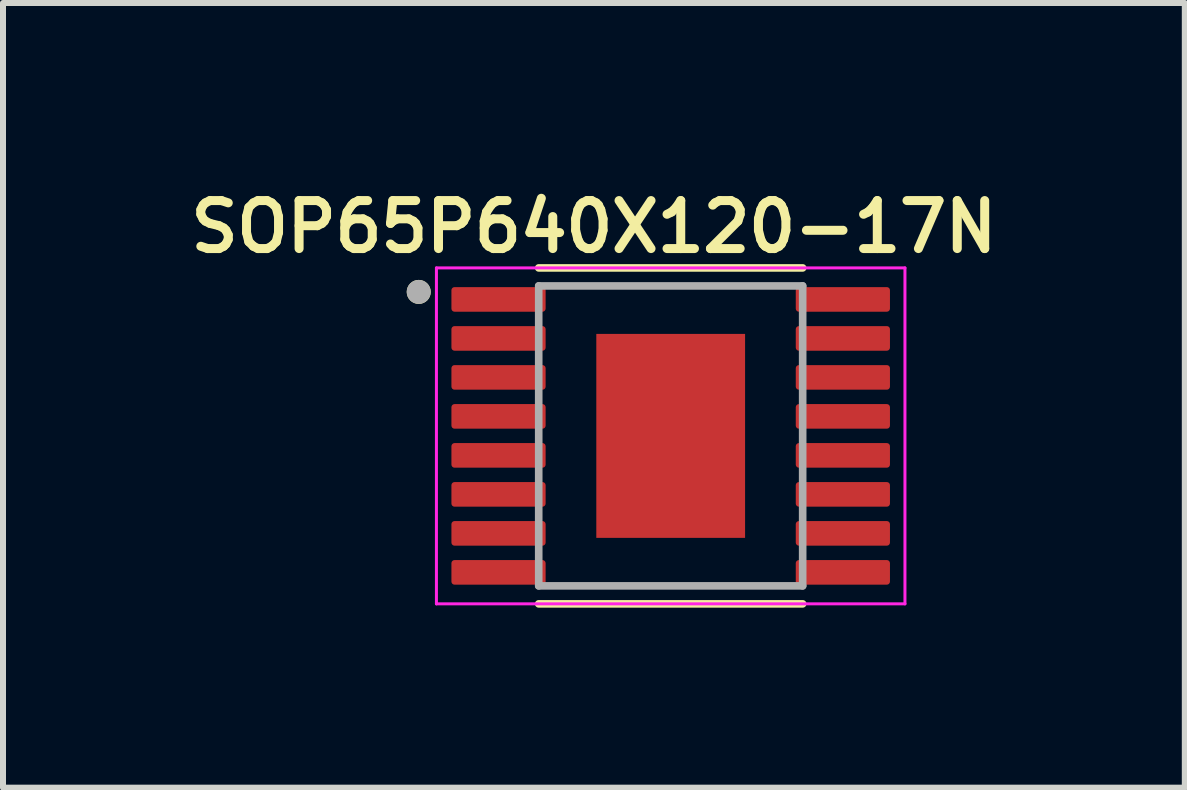
<source format=kicad_pcb>
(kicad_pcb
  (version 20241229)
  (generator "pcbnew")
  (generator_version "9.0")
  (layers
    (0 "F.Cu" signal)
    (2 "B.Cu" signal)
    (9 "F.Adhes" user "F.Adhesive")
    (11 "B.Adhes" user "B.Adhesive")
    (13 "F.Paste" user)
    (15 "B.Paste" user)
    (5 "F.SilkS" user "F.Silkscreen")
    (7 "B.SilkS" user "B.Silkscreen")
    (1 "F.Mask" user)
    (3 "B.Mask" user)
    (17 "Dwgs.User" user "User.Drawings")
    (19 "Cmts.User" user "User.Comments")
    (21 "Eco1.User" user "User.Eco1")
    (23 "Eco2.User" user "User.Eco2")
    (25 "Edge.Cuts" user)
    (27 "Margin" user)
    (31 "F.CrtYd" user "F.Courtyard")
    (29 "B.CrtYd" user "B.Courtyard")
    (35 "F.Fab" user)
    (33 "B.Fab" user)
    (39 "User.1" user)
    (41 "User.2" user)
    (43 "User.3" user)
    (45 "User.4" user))
  (footprint "SOP65P640X120-17N"
    (layer "F.Cu")
    (at 8.13 4.216)
    (property "Reference" "SOP65P640X120-17N" (at -1.28 -3.485 0) (layer "F.SilkS") (effects (font (size 0.8 0.8) (thickness 0.15))))
    (attr smd)
    (fp_line (start -2.2 -2.8) (end 2.2 -2.8) (stroke (width 0.127) (type solid)) (layer "F.SilkS"))
    (fp_line (start -2.2 2.8) (end 2.2 2.8) (stroke (width 0.127) (type solid)) (layer "F.SilkS"))
    (fp_circle (center -4.2 -2.4) (end -4.1 -2.4) (stroke (width 0.2) (type solid)) (fill no) (layer "F.SilkS"))
    (fp_poly (pts (xy -0.8 -1.075) (xy 0.8 -1.075) (xy 0.8 1.075) (xy -0.8 1.075)) (stroke (width 0.01) (type solid)) (fill yes) (layer "F.Paste"))
    (fp_line (start -3.905 -2.8) (end -3.905 2.8) (stroke (width 0.05) (type solid)) (layer "F.CrtYd"))
    (fp_line (start -3.905 -2.8) (end 3.905 -2.8) (stroke (width 0.05) (type solid)) (layer "F.CrtYd"))
    (fp_line (start -3.905 2.8) (end 3.905 2.8) (stroke (width 0.05) (type solid)) (layer "F.CrtYd"))
    (fp_line (start 3.905 -2.8) (end 3.905 2.8) (stroke (width 0.05) (type solid)) (layer "F.CrtYd"))
    (fp_line (start -2.2 -2.5) (end -2.2 2.5) (stroke (width 0.127) (type solid)) (layer "F.Fab"))
    (fp_line (start -2.2 -2.5) (end 2.2 -2.5) (stroke (width 0.127) (type solid)) (layer "F.Fab"))
    (fp_line (start -2.2 2.5) (end 2.2 2.5) (stroke (width 0.127) (type solid)) (layer "F.Fab"))
    (fp_line (start 2.2 -2.5) (end 2.2 2.5) (stroke (width 0.127) (type solid)) (layer "F.Fab"))
    (fp_circle (center -4.2 -2.4) (end -4.1 -2.4) (stroke (width 0.2) (type solid)) (fill no) (layer "F.Fab"))
    (pad "1" smd roundrect (at -2.87 -2.275) (size 1.57 0.41) (layers "F.Cu" "F.Mask" "F.Paste") (roundrect_rratio 0.125))
    (pad "2" smd roundrect (at -2.87 -1.625) (size 1.57 0.41) (layers "F.Cu" "F.Mask" "F.Paste") (roundrect_rratio 0.125))
    (pad "3" smd roundrect (at -2.87 -0.975) (size 1.57 0.41) (layers "F.Cu" "F.Mask" "F.Paste") (roundrect_rratio 0.125))
    (pad "4" smd roundrect (at -2.87 -0.325) (size 1.57 0.41) (layers "F.Cu" "F.Mask" "F.Paste") (roundrect_rratio 0.125))
    (pad "5" smd roundrect (at -2.87 0.325) (size 1.57 0.41) (layers "F.Cu" "F.Mask" "F.Paste") (roundrect_rratio 0.125))
    (pad "6" smd roundrect (at -2.87 0.975) (size 1.57 0.41) (layers "F.Cu" "F.Mask" "F.Paste") (roundrect_rratio 0.125))
    (pad "7" smd roundrect (at -2.87 1.625) (size 1.57 0.41) (layers "F.Cu" "F.Mask" "F.Paste") (roundrect_rratio 0.125))
    (pad "8" smd roundrect (at -2.87 2.275) (size 1.57 0.41) (layers "F.Cu" "F.Mask" "F.Paste") (roundrect_rratio 0.125))
    (pad "9" smd roundrect (at 2.87 2.275) (size 1.57 0.41) (layers "F.Cu" "F.Mask" "F.Paste") (roundrect_rratio 0.125))
    (pad "10" smd roundrect (at 2.87 1.625) (size 1.57 0.41) (layers "F.Cu" "F.Mask" "F.Paste") (roundrect_rratio 0.125))
    (pad "11" smd roundrect (at 2.87 0.975) (size 1.57 0.41) (layers "F.Cu" "F.Mask" "F.Paste") (roundrect_rratio 0.125))
    (pad "12" smd roundrect (at 2.87 0.325) (size 1.57 0.41) (layers "F.Cu" "F.Mask" "F.Paste") (roundrect_rratio 0.125))
    (pad "13" smd roundrect (at 2.87 -0.325) (size 1.57 0.41) (layers "F.Cu" "F.Mask" "F.Paste") (roundrect_rratio 0.125))
    (pad "14" smd roundrect (at 2.87 -0.975) (size 1.57 0.41) (layers "F.Cu" "F.Mask" "F.Paste") (roundrect_rratio 0.125))
    (pad "15" smd roundrect (at 2.87 -1.625) (size 1.57 0.41) (layers "F.Cu" "F.Mask" "F.Paste") (roundrect_rratio 0.125))
    (pad "16" smd roundrect (at 2.87 -2.275) (size 1.57 0.41) (layers "F.Cu" "F.Mask" "F.Paste") (roundrect_rratio 0.125))
    (pad "17" smd rect (at 0 0) (size 2.48 3.4) (layers "F.Cu" "F.Mask")))
  (gr_rect
    (start -3 -3)
    (end 16.7 10.08)
    (stroke (width 0.1) (type default))
    (fill no)
    (layer "Edge.Cuts")))
</source>
